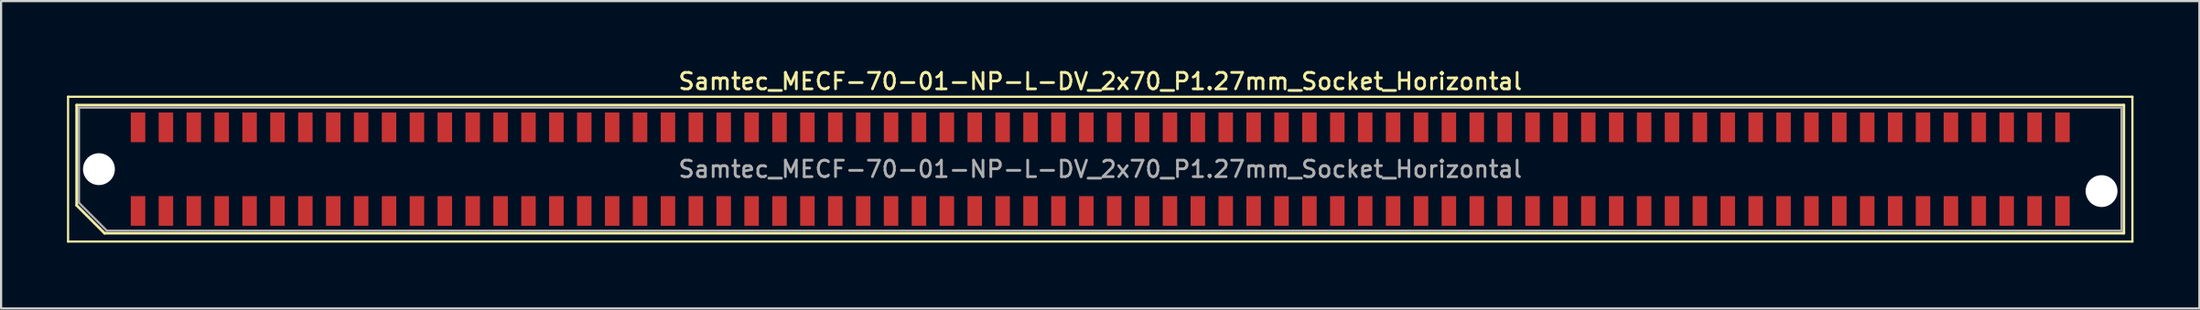
<source format=kicad_pcb>
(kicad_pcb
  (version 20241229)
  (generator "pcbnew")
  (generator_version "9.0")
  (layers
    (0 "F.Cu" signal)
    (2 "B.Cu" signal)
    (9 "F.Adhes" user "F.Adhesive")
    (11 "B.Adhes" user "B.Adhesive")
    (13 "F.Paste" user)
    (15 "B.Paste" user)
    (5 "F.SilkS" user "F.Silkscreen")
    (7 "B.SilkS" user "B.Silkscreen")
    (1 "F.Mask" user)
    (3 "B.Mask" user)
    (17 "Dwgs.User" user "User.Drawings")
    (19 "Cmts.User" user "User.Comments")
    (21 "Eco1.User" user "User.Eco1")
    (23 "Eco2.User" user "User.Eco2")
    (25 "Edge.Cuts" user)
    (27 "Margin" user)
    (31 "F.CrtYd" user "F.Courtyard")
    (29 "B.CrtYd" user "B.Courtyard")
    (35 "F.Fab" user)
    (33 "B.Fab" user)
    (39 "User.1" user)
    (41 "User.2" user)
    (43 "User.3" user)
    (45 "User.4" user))
  (footprint "Samtec_MECF-70-01-NP-L-DV_2x70_P1.27mm_Socket_Horizontal"
    (layer "F.Cu")
    (at 47.05 4.658)
    (property "Reference" "Samtec_MECF-70-01-NP-L-DV_2x70_P1.27mm_Socket_Horizontal" (at 0 -4 0) (layer "F.SilkS") (effects (font (size 0.75 0.75) (thickness 0.125))))
    (attr smd)
    (fp_line (start -47 -3.3) (end -47 3.3) (stroke (width 0.1) (type solid)) (layer "F.SilkS"))
    (fp_line (start -47 3.3) (end 47 3.3) (stroke (width 0.1) (type solid)) (layer "F.SilkS"))
    (fp_line (start -46.61 -2.92) (end 46.61 -2.92) (stroke (width 0.12) (type solid)) (layer "F.SilkS"))
    (fp_line (start -46.61 1.65) (end -46.61 -2.92) (stroke (width 0.12) (type solid)) (layer "F.SilkS"))
    (fp_line (start -45.34 2.92) (end -46.61 1.65) (stroke (width 0.12) (type solid)) (layer "F.SilkS"))
    (fp_line (start -45.34 2.92) (end 46.61 2.92) (stroke (width 0.12) (type solid)) (layer "F.SilkS"))
    (fp_line (start 46.61 2.92) (end 46.61 -2.92) (stroke (width 0.12) (type solid)) (layer "F.SilkS"))
    (fp_line (start 47 -3.3) (end -47 -3.3) (stroke (width 0.1) (type solid)) (layer "F.SilkS"))
    (fp_line (start 47 3.3) (end 47 -3.3) (stroke (width 0.1) (type solid)) (layer "F.SilkS"))
    (fp_line (start -46.505 -2.805) (end 46.505 -2.805) (stroke (width 0.1) (type solid)) (layer "F.Fab"))
    (fp_line (start -46.505 1.535) (end -46.505 -2.805) (stroke (width 0.1) (type solid)) (layer "F.Fab"))
    (fp_line (start -46.505 1.535) (end -45.235 2.805) (stroke (width 0.1) (type solid)) (layer "F.Fab"))
    (fp_line (start -45.235 2.805) (end 46.505 2.805) (stroke (width 0.1) (type solid)) (layer "F.Fab"))
    (fp_line (start 46.505 2.805) (end 46.505 -2.805) (stroke (width 0.1) (type solid)) (layer "F.Fab"))
    (fp_text user "${REFERENCE}" (at 0 0 0) (layer "F.Fab") (effects (font (size 0.75 0.75) (thickness 0.125))))
    (pad "" np_thru_hole circle (at -45.595 0) (size 1.45 1.45) (drill 1.45) (layers "*.Cu" "*.Mask"))
    (pad "" np_thru_hole circle (at 45.595 1) (size 1.45 1.45) (drill 1.45) (layers "*.Cu" "*.Mask"))
    (pad "1" smd rect (at -43.815 1.905) (size 0.66 1.35) (layers "F.Cu" "F.Mask" "F.Paste"))
    (pad "2" smd rect (at -43.815 -1.905) (size 0.66 1.35) (layers "F.Cu" "F.Mask" "F.Paste"))
    (pad "3" smd rect (at -42.545 1.905) (size 0.66 1.35) (layers "F.Cu" "F.Mask" "F.Paste"))
    (pad "4" smd rect (at -42.545 -1.905) (size 0.66 1.35) (layers "F.Cu" "F.Mask" "F.Paste"))
    (pad "5" smd rect (at -41.275 1.905) (size 0.66 1.35) (layers "F.Cu" "F.Mask" "F.Paste"))
    (pad "6" smd rect (at -41.275 -1.905) (size 0.66 1.35) (layers "F.Cu" "F.Mask" "F.Paste"))
    (pad "7" smd rect (at -40.005 1.905) (size 0.66 1.35) (layers "F.Cu" "F.Mask" "F.Paste"))
    (pad "8" smd rect (at -40.005 -1.905) (size 0.66 1.35) (layers "F.Cu" "F.Mask" "F.Paste"))
    (pad "9" smd rect (at -38.735 1.905) (size 0.66 1.35) (layers "F.Cu" "F.Mask" "F.Paste"))
    (pad "10" smd rect (at -38.735 -1.905) (size 0.66 1.35) (layers "F.Cu" "F.Mask" "F.Paste"))
    (pad "11" smd rect (at -37.465 1.905) (size 0.66 1.35) (layers "F.Cu" "F.Mask" "F.Paste"))
    (pad "12" smd rect (at -37.465 -1.905) (size 0.66 1.35) (layers "F.Cu" "F.Mask" "F.Paste"))
    (pad "13" smd rect (at -36.195 1.905) (size 0.66 1.35) (layers "F.Cu" "F.Mask" "F.Paste"))
    (pad "14" smd rect (at -36.195 -1.905) (size 0.66 1.35) (layers "F.Cu" "F.Mask" "F.Paste"))
    (pad "15" smd rect (at -34.925 1.905) (size 0.66 1.35) (layers "F.Cu" "F.Mask" "F.Paste"))
    (pad "16" smd rect (at -34.925 -1.905) (size 0.66 1.35) (layers "F.Cu" "F.Mask" "F.Paste"))
    (pad "17" smd rect (at -33.655 1.905) (size 0.66 1.35) (layers "F.Cu" "F.Mask" "F.Paste"))
    (pad "18" smd rect (at -33.655 -1.905) (size 0.66 1.35) (layers "F.Cu" "F.Mask" "F.Paste"))
    (pad "19" smd rect (at -32.385 1.905) (size 0.66 1.35) (layers "F.Cu" "F.Mask" "F.Paste"))
    (pad "20" smd rect (at -32.385 -1.905) (size 0.66 1.35) (layers "F.Cu" "F.Mask" "F.Paste"))
    (pad "21" smd rect (at -31.115 1.905) (size 0.66 1.35) (layers "F.Cu" "F.Mask" "F.Paste"))
    (pad "22" smd rect (at -31.115 -1.905) (size 0.66 1.35) (layers "F.Cu" "F.Mask" "F.Paste"))
    (pad "23" smd rect (at -29.845 1.905) (size 0.66 1.35) (layers "F.Cu" "F.Mask" "F.Paste"))
    (pad "24" smd rect (at -29.845 -1.905) (size 0.66 1.35) (layers "F.Cu" "F.Mask" "F.Paste"))
    (pad "25" smd rect (at -28.575 1.905) (size 0.66 1.35) (layers "F.Cu" "F.Mask" "F.Paste"))
    (pad "26" smd rect (at -28.575 -1.905) (size 0.66 1.35) (layers "F.Cu" "F.Mask" "F.Paste"))
    (pad "27" smd rect (at -27.305 1.905) (size 0.66 1.35) (layers "F.Cu" "F.Mask" "F.Paste"))
    (pad "28" smd rect (at -27.305 -1.905) (size 0.66 1.35) (layers "F.Cu" "F.Mask" "F.Paste"))
    (pad "29" smd rect (at -26.035 1.905) (size 0.66 1.35) (layers "F.Cu" "F.Mask" "F.Paste"))
    (pad "30" smd rect (at -26.035 -1.905) (size 0.66 1.35) (layers "F.Cu" "F.Mask" "F.Paste"))
    (pad "31" smd rect (at -24.765 1.905) (size 0.66 1.35) (layers "F.Cu" "F.Mask" "F.Paste"))
    (pad "32" smd rect (at -24.765 -1.905) (size 0.66 1.35) (layers "F.Cu" "F.Mask" "F.Paste"))
    (pad "33" smd rect (at -23.495 1.905) (size 0.66 1.35) (layers "F.Cu" "F.Mask" "F.Paste"))
    (pad "34" smd rect (at -23.495 -1.905) (size 0.66 1.35) (layers "F.Cu" "F.Mask" "F.Paste"))
    (pad "35" smd rect (at -22.225 1.905) (size 0.66 1.35) (layers "F.Cu" "F.Mask" "F.Paste"))
    (pad "36" smd rect (at -22.225 -1.905) (size 0.66 1.35) (layers "F.Cu" "F.Mask" "F.Paste"))
    (pad "37" smd rect (at -20.955 1.905) (size 0.66 1.35) (layers "F.Cu" "F.Mask" "F.Paste"))
    (pad "38" smd rect (at -20.955 -1.905) (size 0.66 1.35) (layers "F.Cu" "F.Mask" "F.Paste"))
    (pad "39" smd rect (at -19.685 1.905) (size 0.66 1.35) (layers "F.Cu" "F.Mask" "F.Paste"))
    (pad "40" smd rect (at -19.685 -1.905) (size 0.66 1.35) (layers "F.Cu" "F.Mask" "F.Paste"))
    (pad "41" smd rect (at -18.415 1.905) (size 0.66 1.35) (layers "F.Cu" "F.Mask" "F.Paste"))
    (pad "42" smd rect (at -18.415 -1.905) (size 0.66 1.35) (layers "F.Cu" "F.Mask" "F.Paste"))
    (pad "43" smd rect (at -17.145 1.905) (size 0.66 1.35) (layers "F.Cu" "F.Mask" "F.Paste"))
    (pad "44" smd rect (at -17.145 -1.905) (size 0.66 1.35) (layers "F.Cu" "F.Mask" "F.Paste"))
    (pad "45" smd rect (at -15.875 1.905) (size 0.66 1.35) (layers "F.Cu" "F.Mask" "F.Paste"))
    (pad "46" smd rect (at -15.875 -1.905) (size 0.66 1.35) (layers "F.Cu" "F.Mask" "F.Paste"))
    (pad "47" smd rect (at -14.605 1.905) (size 0.66 1.35) (layers "F.Cu" "F.Mask" "F.Paste"))
    (pad "48" smd rect (at -14.605 -1.905) (size 0.66 1.35) (layers "F.Cu" "F.Mask" "F.Paste"))
    (pad "49" smd rect (at -13.335 1.905) (size 0.66 1.35) (layers "F.Cu" "F.Mask" "F.Paste"))
    (pad "50" smd rect (at -13.335 -1.905) (size 0.66 1.35) (layers "F.Cu" "F.Mask" "F.Paste"))
    (pad "51" smd rect (at -12.065 1.905) (size 0.66 1.35) (layers "F.Cu" "F.Mask" "F.Paste"))
    (pad "52" smd rect (at -12.065 -1.905) (size 0.66 1.35) (layers "F.Cu" "F.Mask" "F.Paste"))
    (pad "53" smd rect (at -10.795 1.905) (size 0.66 1.35) (layers "F.Cu" "F.Mask" "F.Paste"))
    (pad "54" smd rect (at -10.795 -1.905) (size 0.66 1.35) (layers "F.Cu" "F.Mask" "F.Paste"))
    (pad "55" smd rect (at -9.525 1.905) (size 0.66 1.35) (layers "F.Cu" "F.Mask" "F.Paste"))
    (pad "56" smd rect (at -9.525 -1.905) (size 0.66 1.35) (layers "F.Cu" "F.Mask" "F.Paste"))
    (pad "57" smd rect (at -8.255 1.905) (size 0.66 1.35) (layers "F.Cu" "F.Mask" "F.Paste"))
    (pad "58" smd rect (at -8.255 -1.905) (size 0.66 1.35) (layers "F.Cu" "F.Mask" "F.Paste"))
    (pad "59" smd rect (at -6.985 1.905) (size 0.66 1.35) (layers "F.Cu" "F.Mask" "F.Paste"))
    (pad "60" smd rect (at -6.985 -1.905) (size 0.66 1.35) (layers "F.Cu" "F.Mask" "F.Paste"))
    (pad "61" smd rect (at -5.715 1.905) (size 0.66 1.35) (layers "F.Cu" "F.Mask" "F.Paste"))
    (pad "62" smd rect (at -5.715 -1.905) (size 0.66 1.35) (layers "F.Cu" "F.Mask" "F.Paste"))
    (pad "63" smd rect (at -4.445 1.905) (size 0.66 1.35) (layers "F.Cu" "F.Mask" "F.Paste"))
    (pad "64" smd rect (at -4.445 -1.905) (size 0.66 1.35) (layers "F.Cu" "F.Mask" "F.Paste"))
    (pad "65" smd rect (at -3.175 1.905) (size 0.66 1.35) (layers "F.Cu" "F.Mask" "F.Paste"))
    (pad "66" smd rect (at -3.175 -1.905) (size 0.66 1.35) (layers "F.Cu" "F.Mask" "F.Paste"))
    (pad "67" smd rect (at -1.905 1.905) (size 0.66 1.35) (layers "F.Cu" "F.Mask" "F.Paste"))
    (pad "68" smd rect (at -1.905 -1.905) (size 0.66 1.35) (layers "F.Cu" "F.Mask" "F.Paste"))
    (pad "69" smd rect (at -0.635 1.905) (size 0.66 1.35) (layers "F.Cu" "F.Mask" "F.Paste"))
    (pad "70" smd rect (at -0.635 -1.905) (size 0.66 1.35) (layers "F.Cu" "F.Mask" "F.Paste"))
    (pad "71" smd rect (at 0.635 1.905) (size 0.66 1.35) (layers "F.Cu" "F.Mask" "F.Paste"))
    (pad "72" smd rect (at 0.635 -1.905) (size 0.66 1.35) (layers "F.Cu" "F.Mask" "F.Paste"))
    (pad "73" smd rect (at 1.905 1.905) (size 0.66 1.35) (layers "F.Cu" "F.Mask" "F.Paste"))
    (pad "74" smd rect (at 1.905 -1.905) (size 0.66 1.35) (layers "F.Cu" "F.Mask" "F.Paste"))
    (pad "75" smd rect (at 3.175 1.905) (size 0.66 1.35) (layers "F.Cu" "F.Mask" "F.Paste"))
    (pad "76" smd rect (at 3.175 -1.905) (size 0.66 1.35) (layers "F.Cu" "F.Mask" "F.Paste"))
    (pad "77" smd rect (at 4.445 1.905) (size 0.66 1.35) (layers "F.Cu" "F.Mask" "F.Paste"))
    (pad "78" smd rect (at 4.445 -1.905) (size 0.66 1.35) (layers "F.Cu" "F.Mask" "F.Paste"))
    (pad "79" smd rect (at 5.715 1.905) (size 0.66 1.35) (layers "F.Cu" "F.Mask" "F.Paste"))
    (pad "80" smd rect (at 5.715 -1.905) (size 0.66 1.35) (layers "F.Cu" "F.Mask" "F.Paste"))
    (pad "81" smd rect (at 6.985 1.905) (size 0.66 1.35) (layers "F.Cu" "F.Mask" "F.Paste"))
    (pad "82" smd rect (at 6.985 -1.905) (size 0.66 1.35) (layers "F.Cu" "F.Mask" "F.Paste"))
    (pad "83" smd rect (at 8.255 1.905) (size 0.66 1.35) (layers "F.Cu" "F.Mask" "F.Paste"))
    (pad "84" smd rect (at 8.255 -1.905) (size 0.66 1.35) (layers "F.Cu" "F.Mask" "F.Paste"))
    (pad "85" smd rect (at 9.525 1.905) (size 0.66 1.35) (layers "F.Cu" "F.Mask" "F.Paste"))
    (pad "86" smd rect (at 9.525 -1.905) (size 0.66 1.35) (layers "F.Cu" "F.Mask" "F.Paste"))
    (pad "87" smd rect (at 10.795 1.905) (size 0.66 1.35) (layers "F.Cu" "F.Mask" "F.Paste"))
    (pad "88" smd rect (at 10.795 -1.905) (size 0.66 1.35) (layers "F.Cu" "F.Mask" "F.Paste"))
    (pad "89" smd rect (at 12.065 1.905) (size 0.66 1.35) (layers "F.Cu" "F.Mask" "F.Paste"))
    (pad "90" smd rect (at 12.065 -1.905) (size 0.66 1.35) (layers "F.Cu" "F.Mask" "F.Paste"))
    (pad "91" smd rect (at 13.335 1.905) (size 0.66 1.35) (layers "F.Cu" "F.Mask" "F.Paste"))
    (pad "92" smd rect (at 13.335 -1.905) (size 0.66 1.35) (layers "F.Cu" "F.Mask" "F.Paste"))
    (pad "93" smd rect (at 14.605 1.905) (size 0.66 1.35) (layers "F.Cu" "F.Mask" "F.Paste"))
    (pad "94" smd rect (at 14.605 -1.905) (size 0.66 1.35) (layers "F.Cu" "F.Mask" "F.Paste"))
    (pad "95" smd rect (at 15.875 1.905) (size 0.66 1.35) (layers "F.Cu" "F.Mask" "F.Paste"))
    (pad "96" smd rect (at 15.875 -1.905) (size 0.66 1.35) (layers "F.Cu" "F.Mask" "F.Paste"))
    (pad "97" smd rect (at 17.145 1.905) (size 0.66 1.35) (layers "F.Cu" "F.Mask" "F.Paste"))
    (pad "98" smd rect (at 17.145 -1.905) (size 0.66 1.35) (layers "F.Cu" "F.Mask" "F.Paste"))
    (pad "99" smd rect (at 18.415 1.905) (size 0.66 1.35) (layers "F.Cu" "F.Mask" "F.Paste"))
    (pad "100" smd rect (at 18.415 -1.905) (size 0.66 1.35) (layers "F.Cu" "F.Mask" "F.Paste"))
    (pad "101" smd rect (at 19.685 1.905) (size 0.66 1.35) (layers "F.Cu" "F.Mask" "F.Paste"))
    (pad "102" smd rect (at 19.685 -1.905) (size 0.66 1.35) (layers "F.Cu" "F.Mask" "F.Paste"))
    (pad "103" smd rect (at 20.955 1.905) (size 0.66 1.35) (layers "F.Cu" "F.Mask" "F.Paste"))
    (pad "104" smd rect (at 20.955 -1.905) (size 0.66 1.35) (layers "F.Cu" "F.Mask" "F.Paste"))
    (pad "105" smd rect (at 22.225 1.905) (size 0.66 1.35) (layers "F.Cu" "F.Mask" "F.Paste"))
    (pad "106" smd rect (at 22.225 -1.905) (size 0.66 1.35) (layers "F.Cu" "F.Mask" "F.Paste"))
    (pad "107" smd rect (at 23.495 1.905) (size 0.66 1.35) (layers "F.Cu" "F.Mask" "F.Paste"))
    (pad "108" smd rect (at 23.495 -1.905) (size 0.66 1.35) (layers "F.Cu" "F.Mask" "F.Paste"))
    (pad "109" smd rect (at 24.765 1.905) (size 0.66 1.35) (layers "F.Cu" "F.Mask" "F.Paste"))
    (pad "110" smd rect (at 24.765 -1.905) (size 0.66 1.35) (layers "F.Cu" "F.Mask" "F.Paste"))
    (pad "111" smd rect (at 26.035 1.905) (size 0.66 1.35) (layers "F.Cu" "F.Mask" "F.Paste"))
    (pad "112" smd rect (at 26.035 -1.905) (size 0.66 1.35) (layers "F.Cu" "F.Mask" "F.Paste"))
    (pad "113" smd rect (at 27.305 1.905) (size 0.66 1.35) (layers "F.Cu" "F.Mask" "F.Paste"))
    (pad "114" smd rect (at 27.305 -1.905) (size 0.66 1.35) (layers "F.Cu" "F.Mask" "F.Paste"))
    (pad "115" smd rect (at 28.575 1.905) (size 0.66 1.35) (layers "F.Cu" "F.Mask" "F.Paste"))
    (pad "116" smd rect (at 28.575 -1.905) (size 0.66 1.35) (layers "F.Cu" "F.Mask" "F.Paste"))
    (pad "117" smd rect (at 29.845 1.905) (size 0.66 1.35) (layers "F.Cu" "F.Mask" "F.Paste"))
    (pad "118" smd rect (at 29.845 -1.905) (size 0.66 1.35) (layers "F.Cu" "F.Mask" "F.Paste"))
    (pad "119" smd rect (at 31.115 1.905) (size 0.66 1.35) (layers "F.Cu" "F.Mask" "F.Paste"))
    (pad "120" smd rect (at 31.115 -1.905) (size 0.66 1.35) (layers "F.Cu" "F.Mask" "F.Paste"))
    (pad "121" smd rect (at 32.385 1.905) (size 0.66 1.35) (layers "F.Cu" "F.Mask" "F.Paste"))
    (pad "122" smd rect (at 32.385 -1.905) (size 0.66 1.35) (layers "F.Cu" "F.Mask" "F.Paste"))
    (pad "123" smd rect (at 33.655 1.905) (size 0.66 1.35) (layers "F.Cu" "F.Mask" "F.Paste"))
    (pad "124" smd rect (at 33.655 -1.905) (size 0.66 1.35) (layers "F.Cu" "F.Mask" "F.Paste"))
    (pad "125" smd rect (at 34.925 1.905) (size 0.66 1.35) (layers "F.Cu" "F.Mask" "F.Paste"))
    (pad "126" smd rect (at 34.925 -1.905) (size 0.66 1.35) (layers "F.Cu" "F.Mask" "F.Paste"))
    (pad "127" smd rect (at 36.195 1.905) (size 0.66 1.35) (layers "F.Cu" "F.Mask" "F.Paste"))
    (pad "128" smd rect (at 36.195 -1.905) (size 0.66 1.35) (layers "F.Cu" "F.Mask" "F.Paste"))
    (pad "129" smd rect (at 37.465 1.905) (size 0.66 1.35) (layers "F.Cu" "F.Mask" "F.Paste"))
    (pad "130" smd rect (at 37.465 -1.905) (size 0.66 1.35) (layers "F.Cu" "F.Mask" "F.Paste"))
    (pad "131" smd rect (at 38.735 1.905) (size 0.66 1.35) (layers "F.Cu" "F.Mask" "F.Paste"))
    (pad "132" smd rect (at 38.735 -1.905) (size 0.66 1.35) (layers "F.Cu" "F.Mask" "F.Paste"))
    (pad "133" smd rect (at 40.005 1.905) (size 0.66 1.35) (layers "F.Cu" "F.Mask" "F.Paste"))
    (pad "134" smd rect (at 40.005 -1.905) (size 0.66 1.35) (layers "F.Cu" "F.Mask" "F.Paste"))
    (pad "135" smd rect (at 41.275 1.905) (size 0.66 1.35) (layers "F.Cu" "F.Mask" "F.Paste"))
    (pad "136" smd rect (at 41.275 -1.905) (size 0.66 1.35) (layers "F.Cu" "F.Mask" "F.Paste"))
    (pad "137" smd rect (at 42.545 1.905) (size 0.66 1.35) (layers "F.Cu" "F.Mask" "F.Paste"))
    (pad "138" smd rect (at 42.545 -1.905) (size 0.66 1.35) (layers "F.Cu" "F.Mask" "F.Paste"))
    (pad "139" smd rect (at 43.815 1.905) (size 0.66 1.35) (layers "F.Cu" "F.Mask" "F.Paste"))
    (pad "140" smd rect (at 43.815 -1.905) (size 0.66 1.35) (layers "F.Cu" "F.Mask" "F.Paste")))
  (gr_rect
    (start -3 -3)
    (end 97.1 11.008)
    (stroke (width 0.1) (type default))
    (fill no)
    (layer "Edge.Cuts")))
</source>
